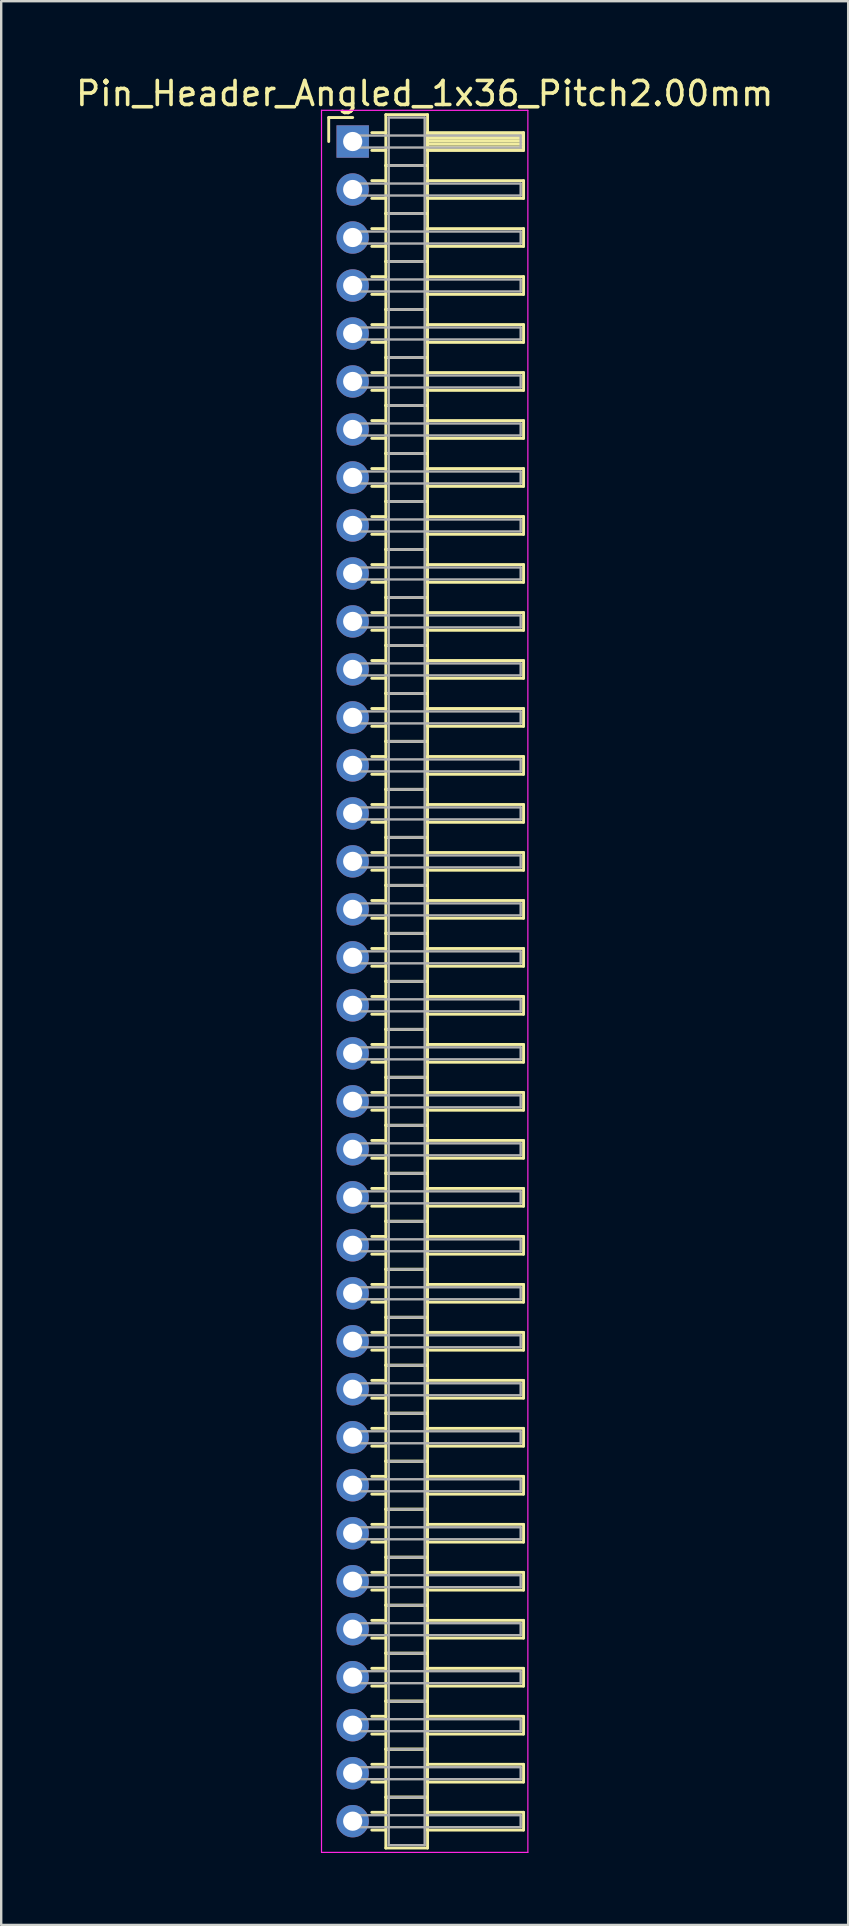
<source format=kicad_pcb>
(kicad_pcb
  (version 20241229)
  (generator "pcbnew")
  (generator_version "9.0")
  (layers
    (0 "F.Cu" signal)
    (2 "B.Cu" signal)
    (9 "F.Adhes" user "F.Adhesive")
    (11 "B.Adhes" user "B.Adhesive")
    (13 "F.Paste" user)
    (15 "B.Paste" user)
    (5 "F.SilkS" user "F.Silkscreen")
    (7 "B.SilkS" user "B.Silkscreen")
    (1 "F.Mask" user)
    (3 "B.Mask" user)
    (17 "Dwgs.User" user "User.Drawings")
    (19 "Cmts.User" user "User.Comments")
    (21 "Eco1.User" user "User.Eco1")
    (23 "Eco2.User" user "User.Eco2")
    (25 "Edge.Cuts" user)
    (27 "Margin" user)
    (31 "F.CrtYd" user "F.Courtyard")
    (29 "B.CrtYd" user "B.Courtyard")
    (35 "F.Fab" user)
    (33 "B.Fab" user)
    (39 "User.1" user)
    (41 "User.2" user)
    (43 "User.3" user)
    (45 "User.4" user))
  (footprint "Pin_Header_Angled_1x36_Pitch2.00mm"
    (layer "F.Cu")
    (at 11.649 2.848)
    (property "Reference" "Pin_Header_Angled_1x36_Pitch2.00mm" (at 3 -2 0) (layer "F.SilkS") (effects (font (size 1 1) (thickness 0.15))))
    (attr through_hole)
    (fp_line (start -1 -1) (end 0 -1) (stroke (width 0.12) (type solid)) (layer "F.SilkS"))
    (fp_line (start -1 0) (end -1 -1) (stroke (width 0.12) (type solid)) (layer "F.SilkS"))
    (fp_line (start 0.795 -0.37) (end 1.38 -0.37) (stroke (width 0.12) (type solid)) (layer "F.SilkS"))
    (fp_line (start 0.795 0.37) (end 1.38 0.37) (stroke (width 0.12) (type solid)) (layer "F.SilkS"))
    (fp_line (start 0.795 1.63) (end 1.38 1.63) (stroke (width 0.12) (type solid)) (layer "F.SilkS"))
    (fp_line (start 0.795 2.37) (end 1.38 2.37) (stroke (width 0.12) (type solid)) (layer "F.SilkS"))
    (fp_line (start 0.795 3.63) (end 1.38 3.63) (stroke (width 0.12) (type solid)) (layer "F.SilkS"))
    (fp_line (start 0.795 4.37) (end 1.38 4.37) (stroke (width 0.12) (type solid)) (layer "F.SilkS"))
    (fp_line (start 0.795 5.63) (end 1.38 5.63) (stroke (width 0.12) (type solid)) (layer "F.SilkS"))
    (fp_line (start 0.795 6.37) (end 1.38 6.37) (stroke (width 0.12) (type solid)) (layer "F.SilkS"))
    (fp_line (start 0.795 7.63) (end 1.38 7.63) (stroke (width 0.12) (type solid)) (layer "F.SilkS"))
    (fp_line (start 0.795 8.37) (end 1.38 8.37) (stroke (width 0.12) (type solid)) (layer "F.SilkS"))
    (fp_line (start 0.795 9.63) (end 1.38 9.63) (stroke (width 0.12) (type solid)) (layer "F.SilkS"))
    (fp_line (start 0.795 10.37) (end 1.38 10.37) (stroke (width 0.12) (type solid)) (layer "F.SilkS"))
    (fp_line (start 0.795 11.63) (end 1.38 11.63) (stroke (width 0.12) (type solid)) (layer "F.SilkS"))
    (fp_line (start 0.795 12.37) (end 1.38 12.37) (stroke (width 0.12) (type solid)) (layer "F.SilkS"))
    (fp_line (start 0.795 13.63) (end 1.38 13.63) (stroke (width 0.12) (type solid)) (layer "F.SilkS"))
    (fp_line (start 0.795 14.37) (end 1.38 14.37) (stroke (width 0.12) (type solid)) (layer "F.SilkS"))
    (fp_line (start 0.795 15.63) (end 1.38 15.63) (stroke (width 0.12) (type solid)) (layer "F.SilkS"))
    (fp_line (start 0.795 16.37) (end 1.38 16.37) (stroke (width 0.12) (type solid)) (layer "F.SilkS"))
    (fp_line (start 0.795 17.63) (end 1.38 17.63) (stroke (width 0.12) (type solid)) (layer "F.SilkS"))
    (fp_line (start 0.795 18.37) (end 1.38 18.37) (stroke (width 0.12) (type solid)) (layer "F.SilkS"))
    (fp_line (start 0.795 19.63) (end 1.38 19.63) (stroke (width 0.12) (type solid)) (layer "F.SilkS"))
    (fp_line (start 0.795 20.37) (end 1.38 20.37) (stroke (width 0.12) (type solid)) (layer "F.SilkS"))
    (fp_line (start 0.795 21.63) (end 1.38 21.63) (stroke (width 0.12) (type solid)) (layer "F.SilkS"))
    (fp_line (start 0.795 22.37) (end 1.38 22.37) (stroke (width 0.12) (type solid)) (layer "F.SilkS"))
    (fp_line (start 0.795 23.63) (end 1.38 23.63) (stroke (width 0.12) (type solid)) (layer "F.SilkS"))
    (fp_line (start 0.795 24.37) (end 1.38 24.37) (stroke (width 0.12) (type solid)) (layer "F.SilkS"))
    (fp_line (start 0.795 25.63) (end 1.38 25.63) (stroke (width 0.12) (type solid)) (layer "F.SilkS"))
    (fp_line (start 0.795 26.37) (end 1.38 26.37) (stroke (width 0.12) (type solid)) (layer "F.SilkS"))
    (fp_line (start 0.795 27.63) (end 1.38 27.63) (stroke (width 0.12) (type solid)) (layer "F.SilkS"))
    (fp_line (start 0.795 28.37) (end 1.38 28.37) (stroke (width 0.12) (type solid)) (layer "F.SilkS"))
    (fp_line (start 0.795 29.63) (end 1.38 29.63) (stroke (width 0.12) (type solid)) (layer "F.SilkS"))
    (fp_line (start 0.795 30.37) (end 1.38 30.37) (stroke (width 0.12) (type solid)) (layer "F.SilkS"))
    (fp_line (start 0.795 31.63) (end 1.38 31.63) (stroke (width 0.12) (type solid)) (layer "F.SilkS"))
    (fp_line (start 0.795 32.37) (end 1.38 32.37) (stroke (width 0.12) (type solid)) (layer "F.SilkS"))
    (fp_line (start 0.795 33.63) (end 1.38 33.63) (stroke (width 0.12) (type solid)) (layer "F.SilkS"))
    (fp_line (start 0.795 34.37) (end 1.38 34.37) (stroke (width 0.12) (type solid)) (layer "F.SilkS"))
    (fp_line (start 0.795 35.63) (end 1.38 35.63) (stroke (width 0.12) (type solid)) (layer "F.SilkS"))
    (fp_line (start 0.795 36.37) (end 1.38 36.37) (stroke (width 0.12) (type solid)) (layer "F.SilkS"))
    (fp_line (start 0.795 37.63) (end 1.38 37.63) (stroke (width 0.12) (type solid)) (layer "F.SilkS"))
    (fp_line (start 0.795 38.37) (end 1.38 38.37) (stroke (width 0.12) (type solid)) (layer "F.SilkS"))
    (fp_line (start 0.795 39.63) (end 1.38 39.63) (stroke (width 0.12) (type solid)) (layer "F.SilkS"))
    (fp_line (start 0.795 40.37) (end 1.38 40.37) (stroke (width 0.12) (type solid)) (layer "F.SilkS"))
    (fp_line (start 0.795 41.63) (end 1.38 41.63) (stroke (width 0.12) (type solid)) (layer "F.SilkS"))
    (fp_line (start 0.795 42.37) (end 1.38 42.37) (stroke (width 0.12) (type solid)) (layer "F.SilkS"))
    (fp_line (start 0.795 43.63) (end 1.38 43.63) (stroke (width 0.12) (type solid)) (layer "F.SilkS"))
    (fp_line (start 0.795 44.37) (end 1.38 44.37) (stroke (width 0.12) (type solid)) (layer "F.SilkS"))
    (fp_line (start 0.795 45.63) (end 1.38 45.63) (stroke (width 0.12) (type solid)) (layer "F.SilkS"))
    (fp_line (start 0.795 46.37) (end 1.38 46.37) (stroke (width 0.12) (type solid)) (layer "F.SilkS"))
    (fp_line (start 0.795 47.63) (end 1.38 47.63) (stroke (width 0.12) (type solid)) (layer "F.SilkS"))
    (fp_line (start 0.795 48.37) (end 1.38 48.37) (stroke (width 0.12) (type solid)) (layer "F.SilkS"))
    (fp_line (start 0.795 49.63) (end 1.38 49.63) (stroke (width 0.12) (type solid)) (layer "F.SilkS"))
    (fp_line (start 0.795 50.37) (end 1.38 50.37) (stroke (width 0.12) (type solid)) (layer "F.SilkS"))
    (fp_line (start 0.795 51.63) (end 1.38 51.63) (stroke (width 0.12) (type solid)) (layer "F.SilkS"))
    (fp_line (start 0.795 52.37) (end 1.38 52.37) (stroke (width 0.12) (type solid)) (layer "F.SilkS"))
    (fp_line (start 0.795 53.63) (end 1.38 53.63) (stroke (width 0.12) (type solid)) (layer "F.SilkS"))
    (fp_line (start 0.795 54.37) (end 1.38 54.37) (stroke (width 0.12) (type solid)) (layer "F.SilkS"))
    (fp_line (start 0.795 55.63) (end 1.38 55.63) (stroke (width 0.12) (type solid)) (layer "F.SilkS"))
    (fp_line (start 0.795 56.37) (end 1.38 56.37) (stroke (width 0.12) (type solid)) (layer "F.SilkS"))
    (fp_line (start 0.795 57.63) (end 1.38 57.63) (stroke (width 0.12) (type solid)) (layer "F.SilkS"))
    (fp_line (start 0.795 58.37) (end 1.38 58.37) (stroke (width 0.12) (type solid)) (layer "F.SilkS"))
    (fp_line (start 0.795 59.63) (end 1.38 59.63) (stroke (width 0.12) (type solid)) (layer "F.SilkS"))
    (fp_line (start 0.795 60.37) (end 1.38 60.37) (stroke (width 0.12) (type solid)) (layer "F.SilkS"))
    (fp_line (start 0.795 61.63) (end 1.38 61.63) (stroke (width 0.12) (type solid)) (layer "F.SilkS"))
    (fp_line (start 0.795 62.37) (end 1.38 62.37) (stroke (width 0.12) (type solid)) (layer "F.SilkS"))
    (fp_line (start 0.795 63.63) (end 1.38 63.63) (stroke (width 0.12) (type solid)) (layer "F.SilkS"))
    (fp_line (start 0.795 64.37) (end 1.38 64.37) (stroke (width 0.12) (type solid)) (layer "F.SilkS"))
    (fp_line (start 0.795 65.63) (end 1.38 65.63) (stroke (width 0.12) (type solid)) (layer "F.SilkS"))
    (fp_line (start 0.795 66.37) (end 1.38 66.37) (stroke (width 0.12) (type solid)) (layer "F.SilkS"))
    (fp_line (start 0.795 67.63) (end 1.38 67.63) (stroke (width 0.12) (type solid)) (layer "F.SilkS"))
    (fp_line (start 0.795 68.37) (end 1.38 68.37) (stroke (width 0.12) (type solid)) (layer "F.SilkS"))
    (fp_line (start 0.795 69.63) (end 1.38 69.63) (stroke (width 0.12) (type solid)) (layer "F.SilkS"))
    (fp_line (start 0.795 70.37) (end 1.38 70.37) (stroke (width 0.12) (type solid)) (layer "F.SilkS"))
    (fp_line (start 1.38 -1.12) (end 1.38 1) (stroke (width 0.12) (type solid)) (layer "F.SilkS"))
    (fp_line (start 1.38 1) (end 1.38 3) (stroke (width 0.12) (type solid)) (layer "F.SilkS"))
    (fp_line (start 1.38 1) (end 3.12 1) (stroke (width 0.12) (type solid)) (layer "F.SilkS"))
    (fp_line (start 1.38 3) (end 1.38 5) (stroke (width 0.12) (type solid)) (layer "F.SilkS"))
    (fp_line (start 1.38 3) (end 3.12 3) (stroke (width 0.12) (type solid)) (layer "F.SilkS"))
    (fp_line (start 1.38 5) (end 1.38 7) (stroke (width 0.12) (type solid)) (layer "F.SilkS"))
    (fp_line (start 1.38 5) (end 3.12 5) (stroke (width 0.12) (type solid)) (layer "F.SilkS"))
    (fp_line (start 1.38 7) (end 1.38 9) (stroke (width 0.12) (type solid)) (layer "F.SilkS"))
    (fp_line (start 1.38 7) (end 3.12 7) (stroke (width 0.12) (type solid)) (layer "F.SilkS"))
    (fp_line (start 1.38 9) (end 1.38 11) (stroke (width 0.12) (type solid)) (layer "F.SilkS"))
    (fp_line (start 1.38 9) (end 3.12 9) (stroke (width 0.12) (type solid)) (layer "F.SilkS"))
    (fp_line (start 1.38 11) (end 1.38 13) (stroke (width 0.12) (type solid)) (layer "F.SilkS"))
    (fp_line (start 1.38 11) (end 3.12 11) (stroke (width 0.12) (type solid)) (layer "F.SilkS"))
    (fp_line (start 1.38 13) (end 1.38 15) (stroke (width 0.12) (type solid)) (layer "F.SilkS"))
    (fp_line (start 1.38 13) (end 3.12 13) (stroke (width 0.12) (type solid)) (layer "F.SilkS"))
    (fp_line (start 1.38 15) (end 1.38 17) (stroke (width 0.12) (type solid)) (layer "F.SilkS"))
    (fp_line (start 1.38 15) (end 3.12 15) (stroke (width 0.12) (type solid)) (layer "F.SilkS"))
    (fp_line (start 1.38 17) (end 1.38 19) (stroke (width 0.12) (type solid)) (layer "F.SilkS"))
    (fp_line (start 1.38 17) (end 3.12 17) (stroke (width 0.12) (type solid)) (layer "F.SilkS"))
    (fp_line (start 1.38 19) (end 1.38 21) (stroke (width 0.12) (type solid)) (layer "F.SilkS"))
    (fp_line (start 1.38 19) (end 3.12 19) (stroke (width 0.12) (type solid)) (layer "F.SilkS"))
    (fp_line (start 1.38 21) (end 1.38 23) (stroke (width 0.12) (type solid)) (layer "F.SilkS"))
    (fp_line (start 1.38 21) (end 3.12 21) (stroke (width 0.12) (type solid)) (layer "F.SilkS"))
    (fp_line (start 1.38 23) (end 1.38 25) (stroke (width 0.12) (type solid)) (layer "F.SilkS"))
    (fp_line (start 1.38 23) (end 3.12 23) (stroke (width 0.12) (type solid)) (layer "F.SilkS"))
    (fp_line (start 1.38 25) (end 1.38 27) (stroke (width 0.12) (type solid)) (layer "F.SilkS"))
    (fp_line (start 1.38 25) (end 3.12 25) (stroke (width 0.12) (type solid)) (layer "F.SilkS"))
    (fp_line (start 1.38 27) (end 1.38 29) (stroke (width 0.12) (type solid)) (layer "F.SilkS"))
    (fp_line (start 1.38 27) (end 3.12 27) (stroke (width 0.12) (type solid)) (layer "F.SilkS"))
    (fp_line (start 1.38 29) (end 1.38 31) (stroke (width 0.12) (type solid)) (layer "F.SilkS"))
    (fp_line (start 1.38 29) (end 3.12 29) (stroke (width 0.12) (type solid)) (layer "F.SilkS"))
    (fp_line (start 1.38 31) (end 1.38 33) (stroke (width 0.12) (type solid)) (layer "F.SilkS"))
    (fp_line (start 1.38 31) (end 3.12 31) (stroke (width 0.12) (type solid)) (layer "F.SilkS"))
    (fp_line (start 1.38 33) (end 1.38 35) (stroke (width 0.12) (type solid)) (layer "F.SilkS"))
    (fp_line (start 1.38 33) (end 3.12 33) (stroke (width 0.12) (type solid)) (layer "F.SilkS"))
    (fp_line (start 1.38 35) (end 1.38 37) (stroke (width 0.12) (type solid)) (layer "F.SilkS"))
    (fp_line (start 1.38 35) (end 3.12 35) (stroke (width 0.12) (type solid)) (layer "F.SilkS"))
    (fp_line (start 1.38 37) (end 1.38 39) (stroke (width 0.12) (type solid)) (layer "F.SilkS"))
    (fp_line (start 1.38 37) (end 3.12 37) (stroke (width 0.12) (type solid)) (layer "F.SilkS"))
    (fp_line (start 1.38 39) (end 1.38 41) (stroke (width 0.12) (type solid)) (layer "F.SilkS"))
    (fp_line (start 1.38 39) (end 3.12 39) (stroke (width 0.12) (type solid)) (layer "F.SilkS"))
    (fp_line (start 1.38 41) (end 1.38 43) (stroke (width 0.12) (type solid)) (layer "F.SilkS"))
    (fp_line (start 1.38 41) (end 3.12 41) (stroke (width 0.12) (type solid)) (layer "F.SilkS"))
    (fp_line (start 1.38 43) (end 1.38 45) (stroke (width 0.12) (type solid)) (layer "F.SilkS"))
    (fp_line (start 1.38 43) (end 3.12 43) (stroke (width 0.12) (type solid)) (layer "F.SilkS"))
    (fp_line (start 1.38 45) (end 1.38 47) (stroke (width 0.12) (type solid)) (layer "F.SilkS"))
    (fp_line (start 1.38 45) (end 3.12 45) (stroke (width 0.12) (type solid)) (layer "F.SilkS"))
    (fp_line (start 1.38 47) (end 1.38 49) (stroke (width 0.12) (type solid)) (layer "F.SilkS"))
    (fp_line (start 1.38 47) (end 3.12 47) (stroke (width 0.12) (type solid)) (layer "F.SilkS"))
    (fp_line (start 1.38 49) (end 1.38 51) (stroke (width 0.12) (type solid)) (layer "F.SilkS"))
    (fp_line (start 1.38 49) (end 3.12 49) (stroke (width 0.12) (type solid)) (layer "F.SilkS"))
    (fp_line (start 1.38 51) (end 1.38 53) (stroke (width 0.12) (type solid)) (layer "F.SilkS"))
    (fp_line (start 1.38 51) (end 3.12 51) (stroke (width 0.12) (type solid)) (layer "F.SilkS"))
    (fp_line (start 1.38 53) (end 1.38 55) (stroke (width 0.12) (type solid)) (layer "F.SilkS"))
    (fp_line (start 1.38 53) (end 3.12 53) (stroke (width 0.12) (type solid)) (layer "F.SilkS"))
    (fp_line (start 1.38 55) (end 1.38 57) (stroke (width 0.12) (type solid)) (layer "F.SilkS"))
    (fp_line (start 1.38 55) (end 3.12 55) (stroke (width 0.12) (type solid)) (layer "F.SilkS"))
    (fp_line (start 1.38 57) (end 1.38 59) (stroke (width 0.12) (type solid)) (layer "F.SilkS"))
    (fp_line (start 1.38 57) (end 3.12 57) (stroke (width 0.12) (type solid)) (layer "F.SilkS"))
    (fp_line (start 1.38 59) (end 1.38 61) (stroke (width 0.12) (type solid)) (layer "F.SilkS"))
    (fp_line (start 1.38 59) (end 3.12 59) (stroke (width 0.12) (type solid)) (layer "F.SilkS"))
    (fp_line (start 1.38 61) (end 1.38 63) (stroke (width 0.12) (type solid)) (layer "F.SilkS"))
    (fp_line (start 1.38 61) (end 3.12 61) (stroke (width 0.12) (type solid)) (layer "F.SilkS"))
    (fp_line (start 1.38 63) (end 1.38 65) (stroke (width 0.12) (type solid)) (layer "F.SilkS"))
    (fp_line (start 1.38 63) (end 3.12 63) (stroke (width 0.12) (type solid)) (layer "F.SilkS"))
    (fp_line (start 1.38 65) (end 1.38 67) (stroke (width 0.12) (type solid)) (layer "F.SilkS"))
    (fp_line (start 1.38 65) (end 3.12 65) (stroke (width 0.12) (type solid)) (layer "F.SilkS"))
    (fp_line (start 1.38 67) (end 1.38 69) (stroke (width 0.12) (type solid)) (layer "F.SilkS"))
    (fp_line (start 1.38 67) (end 3.12 67) (stroke (width 0.12) (type solid)) (layer "F.SilkS"))
    (fp_line (start 1.38 69) (end 1.38 71.12) (stroke (width 0.12) (type solid)) (layer "F.SilkS"))
    (fp_line (start 1.38 69) (end 3.12 69) (stroke (width 0.12) (type solid)) (layer "F.SilkS"))
    (fp_line (start 1.38 71.12) (end 3.12 71.12) (stroke (width 0.12) (type solid)) (layer "F.SilkS"))
    (fp_line (start 3.12 -1.12) (end 1.38 -1.12) (stroke (width 0.12) (type solid)) (layer "F.SilkS"))
    (fp_line (start 3.12 -0.37) (end 3.12 0.37) (stroke (width 0.12) (type solid)) (layer "F.SilkS"))
    (fp_line (start 3.12 -0.25) (end 7.12 -0.25) (stroke (width 0.12) (type solid)) (layer "F.SilkS"))
    (fp_line (start 3.12 -0.13) (end 7.12 -0.13) (stroke (width 0.12) (type solid)) (layer "F.SilkS"))
    (fp_line (start 3.12 -0.01) (end 7.12 -0.01) (stroke (width 0.12) (type solid)) (layer "F.SilkS"))
    (fp_line (start 3.12 0.11) (end 7.12 0.11) (stroke (width 0.12) (type solid)) (layer "F.SilkS"))
    (fp_line (start 3.12 0.23) (end 7.12 0.23) (stroke (width 0.12) (type solid)) (layer "F.SilkS"))
    (fp_line (start 3.12 0.35) (end 7.12 0.35) (stroke (width 0.12) (type solid)) (layer "F.SilkS"))
    (fp_line (start 3.12 0.37) (end 7.12 0.37) (stroke (width 0.12) (type solid)) (layer "F.SilkS"))
    (fp_line (start 3.12 1) (end 1.38 1) (stroke (width 0.12) (type solid)) (layer "F.SilkS"))
    (fp_line (start 3.12 1) (end 3.12 -1.12) (stroke (width 0.12) (type solid)) (layer "F.SilkS"))
    (fp_line (start 3.12 1.63) (end 3.12 2.37) (stroke (width 0.12) (type solid)) (layer "F.SilkS"))
    (fp_line (start 3.12 2.37) (end 7.12 2.37) (stroke (width 0.12) (type solid)) (layer "F.SilkS"))
    (fp_line (start 3.12 3) (end 1.38 3) (stroke (width 0.12) (type solid)) (layer "F.SilkS"))
    (fp_line (start 3.12 3) (end 3.12 1) (stroke (width 0.12) (type solid)) (layer "F.SilkS"))
    (fp_line (start 3.12 3.63) (end 3.12 4.37) (stroke (width 0.12) (type solid)) (layer "F.SilkS"))
    (fp_line (start 3.12 4.37) (end 7.12 4.37) (stroke (width 0.12) (type solid)) (layer "F.SilkS"))
    (fp_line (start 3.12 5) (end 1.38 5) (stroke (width 0.12) (type solid)) (layer "F.SilkS"))
    (fp_line (start 3.12 5) (end 3.12 3) (stroke (width 0.12) (type solid)) (layer "F.SilkS"))
    (fp_line (start 3.12 5.63) (end 3.12 6.37) (stroke (width 0.12) (type solid)) (layer "F.SilkS"))
    (fp_line (start 3.12 6.37) (end 7.12 6.37) (stroke (width 0.12) (type solid)) (layer "F.SilkS"))
    (fp_line (start 3.12 7) (end 1.38 7) (stroke (width 0.12) (type solid)) (layer "F.SilkS"))
    (fp_line (start 3.12 7) (end 3.12 5) (stroke (width 0.12) (type solid)) (layer "F.SilkS"))
    (fp_line (start 3.12 7.63) (end 3.12 8.37) (stroke (width 0.12) (type solid)) (layer "F.SilkS"))
    (fp_line (start 3.12 8.37) (end 7.12 8.37) (stroke (width 0.12) (type solid)) (layer "F.SilkS"))
    (fp_line (start 3.12 9) (end 1.38 9) (stroke (width 0.12) (type solid)) (layer "F.SilkS"))
    (fp_line (start 3.12 9) (end 3.12 7) (stroke (width 0.12) (type solid)) (layer "F.SilkS"))
    (fp_line (start 3.12 9.63) (end 3.12 10.37) (stroke (width 0.12) (type solid)) (layer "F.SilkS"))
    (fp_line (start 3.12 10.37) (end 7.12 10.37) (stroke (width 0.12) (type solid)) (layer "F.SilkS"))
    (fp_line (start 3.12 11) (end 1.38 11) (stroke (width 0.12) (type solid)) (layer "F.SilkS"))
    (fp_line (start 3.12 11) (end 3.12 9) (stroke (width 0.12) (type solid)) (layer "F.SilkS"))
    (fp_line (start 3.12 11.63) (end 3.12 12.37) (stroke (width 0.12) (type solid)) (layer "F.SilkS"))
    (fp_line (start 3.12 12.37) (end 7.12 12.37) (stroke (width 0.12) (type solid)) (layer "F.SilkS"))
    (fp_line (start 3.12 13) (end 1.38 13) (stroke (width 0.12) (type solid)) (layer "F.SilkS"))
    (fp_line (start 3.12 13) (end 3.12 11) (stroke (width 0.12) (type solid)) (layer "F.SilkS"))
    (fp_line (start 3.12 13.63) (end 3.12 14.37) (stroke (width 0.12) (type solid)) (layer "F.SilkS"))
    (fp_line (start 3.12 14.37) (end 7.12 14.37) (stroke (width 0.12) (type solid)) (layer "F.SilkS"))
    (fp_line (start 3.12 15) (end 1.38 15) (stroke (width 0.12) (type solid)) (layer "F.SilkS"))
    (fp_line (start 3.12 15) (end 3.12 13) (stroke (width 0.12) (type solid)) (layer "F.SilkS"))
    (fp_line (start 3.12 15.63) (end 3.12 16.37) (stroke (width 0.12) (type solid)) (layer "F.SilkS"))
    (fp_line (start 3.12 16.37) (end 7.12 16.37) (stroke (width 0.12) (type solid)) (layer "F.SilkS"))
    (fp_line (start 3.12 17) (end 1.38 17) (stroke (width 0.12) (type solid)) (layer "F.SilkS"))
    (fp_line (start 3.12 17) (end 3.12 15) (stroke (width 0.12) (type solid)) (layer "F.SilkS"))
    (fp_line (start 3.12 17.63) (end 3.12 18.37) (stroke (width 0.12) (type solid)) (layer "F.SilkS"))
    (fp_line (start 3.12 18.37) (end 7.12 18.37) (stroke (width 0.12) (type solid)) (layer "F.SilkS"))
    (fp_line (start 3.12 19) (end 1.38 19) (stroke (width 0.12) (type solid)) (layer "F.SilkS"))
    (fp_line (start 3.12 19) (end 3.12 17) (stroke (width 0.12) (type solid)) (layer "F.SilkS"))
    (fp_line (start 3.12 19.63) (end 3.12 20.37) (stroke (width 0.12) (type solid)) (layer "F.SilkS"))
    (fp_line (start 3.12 20.37) (end 7.12 20.37) (stroke (width 0.12) (type solid)) (layer "F.SilkS"))
    (fp_line (start 3.12 21) (end 1.38 21) (stroke (width 0.12) (type solid)) (layer "F.SilkS"))
    (fp_line (start 3.12 21) (end 3.12 19) (stroke (width 0.12) (type solid)) (layer "F.SilkS"))
    (fp_line (start 3.12 21.63) (end 3.12 22.37) (stroke (width 0.12) (type solid)) (layer "F.SilkS"))
    (fp_line (start 3.12 22.37) (end 7.12 22.37) (stroke (width 0.12) (type solid)) (layer "F.SilkS"))
    (fp_line (start 3.12 23) (end 1.38 23) (stroke (width 0.12) (type solid)) (layer "F.SilkS"))
    (fp_line (start 3.12 23) (end 3.12 21) (stroke (width 0.12) (type solid)) (layer "F.SilkS"))
    (fp_line (start 3.12 23.63) (end 3.12 24.37) (stroke (width 0.12) (type solid)) (layer "F.SilkS"))
    (fp_line (start 3.12 24.37) (end 7.12 24.37) (stroke (width 0.12) (type solid)) (layer "F.SilkS"))
    (fp_line (start 3.12 25) (end 1.38 25) (stroke (width 0.12) (type solid)) (layer "F.SilkS"))
    (fp_line (start 3.12 25) (end 3.12 23) (stroke (width 0.12) (type solid)) (layer "F.SilkS"))
    (fp_line (start 3.12 25.63) (end 3.12 26.37) (stroke (width 0.12) (type solid)) (layer "F.SilkS"))
    (fp_line (start 3.12 26.37) (end 7.12 26.37) (stroke (width 0.12) (type solid)) (layer "F.SilkS"))
    (fp_line (start 3.12 27) (end 1.38 27) (stroke (width 0.12) (type solid)) (layer "F.SilkS"))
    (fp_line (start 3.12 27) (end 3.12 25) (stroke (width 0.12) (type solid)) (layer "F.SilkS"))
    (fp_line (start 3.12 27.63) (end 3.12 28.37) (stroke (width 0.12) (type solid)) (layer "F.SilkS"))
    (fp_line (start 3.12 28.37) (end 7.12 28.37) (stroke (width 0.12) (type solid)) (layer "F.SilkS"))
    (fp_line (start 3.12 29) (end 1.38 29) (stroke (width 0.12) (type solid)) (layer "F.SilkS"))
    (fp_line (start 3.12 29) (end 3.12 27) (stroke (width 0.12) (type solid)) (layer "F.SilkS"))
    (fp_line (start 3.12 29.63) (end 3.12 30.37) (stroke (width 0.12) (type solid)) (layer "F.SilkS"))
    (fp_line (start 3.12 30.37) (end 7.12 30.37) (stroke (width 0.12) (type solid)) (layer "F.SilkS"))
    (fp_line (start 3.12 31) (end 1.38 31) (stroke (width 0.12) (type solid)) (layer "F.SilkS"))
    (fp_line (start 3.12 31) (end 3.12 29) (stroke (width 0.12) (type solid)) (layer "F.SilkS"))
    (fp_line (start 3.12 31.63) (end 3.12 32.37) (stroke (width 0.12) (type solid)) (layer "F.SilkS"))
    (fp_line (start 3.12 32.37) (end 7.12 32.37) (stroke (width 0.12) (type solid)) (layer "F.SilkS"))
    (fp_line (start 3.12 33) (end 1.38 33) (stroke (width 0.12) (type solid)) (layer "F.SilkS"))
    (fp_line (start 3.12 33) (end 3.12 31) (stroke (width 0.12) (type solid)) (layer "F.SilkS"))
    (fp_line (start 3.12 33.63) (end 3.12 34.37) (stroke (width 0.12) (type solid)) (layer "F.SilkS"))
    (fp_line (start 3.12 34.37) (end 7.12 34.37) (stroke (width 0.12) (type solid)) (layer "F.SilkS"))
    (fp_line (start 3.12 35) (end 1.38 35) (stroke (width 0.12) (type solid)) (layer "F.SilkS"))
    (fp_line (start 3.12 35) (end 3.12 33) (stroke (width 0.12) (type solid)) (layer "F.SilkS"))
    (fp_line (start 3.12 35.63) (end 3.12 36.37) (stroke (width 0.12) (type solid)) (layer "F.SilkS"))
    (fp_line (start 3.12 36.37) (end 7.12 36.37) (stroke (width 0.12) (type solid)) (layer "F.SilkS"))
    (fp_line (start 3.12 37) (end 1.38 37) (stroke (width 0.12) (type solid)) (layer "F.SilkS"))
    (fp_line (start 3.12 37) (end 3.12 35) (stroke (width 0.12) (type solid)) (layer "F.SilkS"))
    (fp_line (start 3.12 37.63) (end 3.12 38.37) (stroke (width 0.12) (type solid)) (layer "F.SilkS"))
    (fp_line (start 3.12 38.37) (end 7.12 38.37) (stroke (width 0.12) (type solid)) (layer "F.SilkS"))
    (fp_line (start 3.12 39) (end 1.38 39) (stroke (width 0.12) (type solid)) (layer "F.SilkS"))
    (fp_line (start 3.12 39) (end 3.12 37) (stroke (width 0.12) (type solid)) (layer "F.SilkS"))
    (fp_line (start 3.12 39.63) (end 3.12 40.37) (stroke (width 0.12) (type solid)) (layer "F.SilkS"))
    (fp_line (start 3.12 40.37) (end 7.12 40.37) (stroke (width 0.12) (type solid)) (layer "F.SilkS"))
    (fp_line (start 3.12 41) (end 1.38 41) (stroke (width 0.12) (type solid)) (layer "F.SilkS"))
    (fp_line (start 3.12 41) (end 3.12 39) (stroke (width 0.12) (type solid)) (layer "F.SilkS"))
    (fp_line (start 3.12 41.63) (end 3.12 42.37) (stroke (width 0.12) (type solid)) (layer "F.SilkS"))
    (fp_line (start 3.12 42.37) (end 7.12 42.37) (stroke (width 0.12) (type solid)) (layer "F.SilkS"))
    (fp_line (start 3.12 43) (end 1.38 43) (stroke (width 0.12) (type solid)) (layer "F.SilkS"))
    (fp_line (start 3.12 43) (end 3.12 41) (stroke (width 0.12) (type solid)) (layer "F.SilkS"))
    (fp_line (start 3.12 43.63) (end 3.12 44.37) (stroke (width 0.12) (type solid)) (layer "F.SilkS"))
    (fp_line (start 3.12 44.37) (end 7.12 44.37) (stroke (width 0.12) (type solid)) (layer "F.SilkS"))
    (fp_line (start 3.12 45) (end 1.38 45) (stroke (width 0.12) (type solid)) (layer "F.SilkS"))
    (fp_line (start 3.12 45) (end 3.12 43) (stroke (width 0.12) (type solid)) (layer "F.SilkS"))
    (fp_line (start 3.12 45.63) (end 3.12 46.37) (stroke (width 0.12) (type solid)) (layer "F.SilkS"))
    (fp_line (start 3.12 46.37) (end 7.12 46.37) (stroke (width 0.12) (type solid)) (layer "F.SilkS"))
    (fp_line (start 3.12 47) (end 1.38 47) (stroke (width 0.12) (type solid)) (layer "F.SilkS"))
    (fp_line (start 3.12 47) (end 3.12 45) (stroke (width 0.12) (type solid)) (layer "F.SilkS"))
    (fp_line (start 3.12 47.63) (end 3.12 48.37) (stroke (width 0.12) (type solid)) (layer "F.SilkS"))
    (fp_line (start 3.12 48.37) (end 7.12 48.37) (stroke (width 0.12) (type solid)) (layer "F.SilkS"))
    (fp_line (start 3.12 49) (end 1.38 49) (stroke (width 0.12) (type solid)) (layer "F.SilkS"))
    (fp_line (start 3.12 49) (end 3.12 47) (stroke (width 0.12) (type solid)) (layer "F.SilkS"))
    (fp_line (start 3.12 49.63) (end 3.12 50.37) (stroke (width 0.12) (type solid)) (layer "F.SilkS"))
    (fp_line (start 3.12 50.37) (end 7.12 50.37) (stroke (width 0.12) (type solid)) (layer "F.SilkS"))
    (fp_line (start 3.12 51) (end 1.38 51) (stroke (width 0.12) (type solid)) (layer "F.SilkS"))
    (fp_line (start 3.12 51) (end 3.12 49) (stroke (width 0.12) (type solid)) (layer "F.SilkS"))
    (fp_line (start 3.12 51.63) (end 3.12 52.37) (stroke (width 0.12) (type solid)) (layer "F.SilkS"))
    (fp_line (start 3.12 52.37) (end 7.12 52.37) (stroke (width 0.12) (type solid)) (layer "F.SilkS"))
    (fp_line (start 3.12 53) (end 1.38 53) (stroke (width 0.12) (type solid)) (layer "F.SilkS"))
    (fp_line (start 3.12 53) (end 3.12 51) (stroke (width 0.12) (type solid)) (layer "F.SilkS"))
    (fp_line (start 3.12 53.63) (end 3.12 54.37) (stroke (width 0.12) (type solid)) (layer "F.SilkS"))
    (fp_line (start 3.12 54.37) (end 7.12 54.37) (stroke (width 0.12) (type solid)) (layer "F.SilkS"))
    (fp_line (start 3.12 55) (end 1.38 55) (stroke (width 0.12) (type solid)) (layer "F.SilkS"))
    (fp_line (start 3.12 55) (end 3.12 53) (stroke (width 0.12) (type solid)) (layer "F.SilkS"))
    (fp_line (start 3.12 55.63) (end 3.12 56.37) (stroke (width 0.12) (type solid)) (layer "F.SilkS"))
    (fp_line (start 3.12 56.37) (end 7.12 56.37) (stroke (width 0.12) (type solid)) (layer "F.SilkS"))
    (fp_line (start 3.12 57) (end 1.38 57) (stroke (width 0.12) (type solid)) (layer "F.SilkS"))
    (fp_line (start 3.12 57) (end 3.12 55) (stroke (width 0.12) (type solid)) (layer "F.SilkS"))
    (fp_line (start 3.12 57.63) (end 3.12 58.37) (stroke (width 0.12) (type solid)) (layer "F.SilkS"))
    (fp_line (start 3.12 58.37) (end 7.12 58.37) (stroke (width 0.12) (type solid)) (layer "F.SilkS"))
    (fp_line (start 3.12 59) (end 1.38 59) (stroke (width 0.12) (type solid)) (layer "F.SilkS"))
    (fp_line (start 3.12 59) (end 3.12 57) (stroke (width 0.12) (type solid)) (layer "F.SilkS"))
    (fp_line (start 3.12 59.63) (end 3.12 60.37) (stroke (width 0.12) (type solid)) (layer "F.SilkS"))
    (fp_line (start 3.12 60.37) (end 7.12 60.37) (stroke (width 0.12) (type solid)) (layer "F.SilkS"))
    (fp_line (start 3.12 61) (end 1.38 61) (stroke (width 0.12) (type solid)) (layer "F.SilkS"))
    (fp_line (start 3.12 61) (end 3.12 59) (stroke (width 0.12) (type solid)) (layer "F.SilkS"))
    (fp_line (start 3.12 61.63) (end 3.12 62.37) (stroke (width 0.12) (type solid)) (layer "F.SilkS"))
    (fp_line (start 3.12 62.37) (end 7.12 62.37) (stroke (width 0.12) (type solid)) (layer "F.SilkS"))
    (fp_line (start 3.12 63) (end 1.38 63) (stroke (width 0.12) (type solid)) (layer "F.SilkS"))
    (fp_line (start 3.12 63) (end 3.12 61) (stroke (width 0.12) (type solid)) (layer "F.SilkS"))
    (fp_line (start 3.12 63.63) (end 3.12 64.37) (stroke (width 0.12) (type solid)) (layer "F.SilkS"))
    (fp_line (start 3.12 64.37) (end 7.12 64.37) (stroke (width 0.12) (type solid)) (layer "F.SilkS"))
    (fp_line (start 3.12 65) (end 1.38 65) (stroke (width 0.12) (type solid)) (layer "F.SilkS"))
    (fp_line (start 3.12 65) (end 3.12 63) (stroke (width 0.12) (type solid)) (layer "F.SilkS"))
    (fp_line (start 3.12 65.63) (end 3.12 66.37) (stroke (width 0.12) (type solid)) (layer "F.SilkS"))
    (fp_line (start 3.12 66.37) (end 7.12 66.37) (stroke (width 0.12) (type solid)) (layer "F.SilkS"))
    (fp_line (start 3.12 67) (end 1.38 67) (stroke (width 0.12) (type solid)) (layer "F.SilkS"))
    (fp_line (start 3.12 67) (end 3.12 65) (stroke (width 0.12) (type solid)) (layer "F.SilkS"))
    (fp_line (start 3.12 67.63) (end 3.12 68.37) (stroke (width 0.12) (type solid)) (layer "F.SilkS"))
    (fp_line (start 3.12 68.37) (end 7.12 68.37) (stroke (width 0.12) (type solid)) (layer "F.SilkS"))
    (fp_line (start 3.12 69) (end 1.38 69) (stroke (width 0.12) (type solid)) (layer "F.SilkS"))
    (fp_line (start 3.12 69) (end 3.12 67) (stroke (width 0.12) (type solid)) (layer "F.SilkS"))
    (fp_line (start 3.12 69.63) (end 3.12 70.37) (stroke (width 0.12) (type solid)) (layer "F.SilkS"))
    (fp_line (start 3.12 70.37) (end 7.12 70.37) (stroke (width 0.12) (type solid)) (layer "F.SilkS"))
    (fp_line (start 3.12 71.12) (end 3.12 69) (stroke (width 0.12) (type solid)) (layer "F.SilkS"))
    (fp_line (start 7.12 -0.37) (end 3.12 -0.37) (stroke (width 0.12) (type solid)) (layer "F.SilkS"))
    (fp_line (start 7.12 0.37) (end 7.12 -0.37) (stroke (width 0.12) (type solid)) (layer "F.SilkS"))
    (fp_line (start 7.12 1.63) (end 3.12 1.63) (stroke (width 0.12) (type solid)) (layer "F.SilkS"))
    (fp_line (start 7.12 2.37) (end 7.12 1.63) (stroke (width 0.12) (type solid)) (layer "F.SilkS"))
    (fp_line (start 7.12 3.63) (end 3.12 3.63) (stroke (width 0.12) (type solid)) (layer "F.SilkS"))
    (fp_line (start 7.12 4.37) (end 7.12 3.63) (stroke (width 0.12) (type solid)) (layer "F.SilkS"))
    (fp_line (start 7.12 5.63) (end 3.12 5.63) (stroke (width 0.12) (type solid)) (layer "F.SilkS"))
    (fp_line (start 7.12 6.37) (end 7.12 5.63) (stroke (width 0.12) (type solid)) (layer "F.SilkS"))
    (fp_line (start 7.12 7.63) (end 3.12 7.63) (stroke (width 0.12) (type solid)) (layer "F.SilkS"))
    (fp_line (start 7.12 8.37) (end 7.12 7.63) (stroke (width 0.12) (type solid)) (layer "F.SilkS"))
    (fp_line (start 7.12 9.63) (end 3.12 9.63) (stroke (width 0.12) (type solid)) (layer "F.SilkS"))
    (fp_line (start 7.12 10.37) (end 7.12 9.63) (stroke (width 0.12) (type solid)) (layer "F.SilkS"))
    (fp_line (start 7.12 11.63) (end 3.12 11.63) (stroke (width 0.12) (type solid)) (layer "F.SilkS"))
    (fp_line (start 7.12 12.37) (end 7.12 11.63) (stroke (width 0.12) (type solid)) (layer "F.SilkS"))
    (fp_line (start 7.12 13.63) (end 3.12 13.63) (stroke (width 0.12) (type solid)) (layer "F.SilkS"))
    (fp_line (start 7.12 14.37) (end 7.12 13.63) (stroke (width 0.12) (type solid)) (layer "F.SilkS"))
    (fp_line (start 7.12 15.63) (end 3.12 15.63) (stroke (width 0.12) (type solid)) (layer "F.SilkS"))
    (fp_line (start 7.12 16.37) (end 7.12 15.63) (stroke (width 0.12) (type solid)) (layer "F.SilkS"))
    (fp_line (start 7.12 17.63) (end 3.12 17.63) (stroke (width 0.12) (type solid)) (layer "F.SilkS"))
    (fp_line (start 7.12 18.37) (end 7.12 17.63) (stroke (width 0.12) (type solid)) (layer "F.SilkS"))
    (fp_line (start 7.12 19.63) (end 3.12 19.63) (stroke (width 0.12) (type solid)) (layer "F.SilkS"))
    (fp_line (start 7.12 20.37) (end 7.12 19.63) (stroke (width 0.12) (type solid)) (layer "F.SilkS"))
    (fp_line (start 7.12 21.63) (end 3.12 21.63) (stroke (width 0.12) (type solid)) (layer "F.SilkS"))
    (fp_line (start 7.12 22.37) (end 7.12 21.63) (stroke (width 0.12) (type solid)) (layer "F.SilkS"))
    (fp_line (start 7.12 23.63) (end 3.12 23.63) (stroke (width 0.12) (type solid)) (layer "F.SilkS"))
    (fp_line (start 7.12 24.37) (end 7.12 23.63) (stroke (width 0.12) (type solid)) (layer "F.SilkS"))
    (fp_line (start 7.12 25.63) (end 3.12 25.63) (stroke (width 0.12) (type solid)) (layer "F.SilkS"))
    (fp_line (start 7.12 26.37) (end 7.12 25.63) (stroke (width 0.12) (type solid)) (layer "F.SilkS"))
    (fp_line (start 7.12 27.63) (end 3.12 27.63) (stroke (width 0.12) (type solid)) (layer "F.SilkS"))
    (fp_line (start 7.12 28.37) (end 7.12 27.63) (stroke (width 0.12) (type solid)) (layer "F.SilkS"))
    (fp_line (start 7.12 29.63) (end 3.12 29.63) (stroke (width 0.12) (type solid)) (layer "F.SilkS"))
    (fp_line (start 7.12 30.37) (end 7.12 29.63) (stroke (width 0.12) (type solid)) (layer "F.SilkS"))
    (fp_line (start 7.12 31.63) (end 3.12 31.63) (stroke (width 0.12) (type solid)) (layer "F.SilkS"))
    (fp_line (start 7.12 32.37) (end 7.12 31.63) (stroke (width 0.12) (type solid)) (layer "F.SilkS"))
    (fp_line (start 7.12 33.63) (end 3.12 33.63) (stroke (width 0.12) (type solid)) (layer "F.SilkS"))
    (fp_line (start 7.12 34.37) (end 7.12 33.63) (stroke (width 0.12) (type solid)) (layer "F.SilkS"))
    (fp_line (start 7.12 35.63) (end 3.12 35.63) (stroke (width 0.12) (type solid)) (layer "F.SilkS"))
    (fp_line (start 7.12 36.37) (end 7.12 35.63) (stroke (width 0.12) (type solid)) (layer "F.SilkS"))
    (fp_line (start 7.12 37.63) (end 3.12 37.63) (stroke (width 0.12) (type solid)) (layer "F.SilkS"))
    (fp_line (start 7.12 38.37) (end 7.12 37.63) (stroke (width 0.12) (type solid)) (layer "F.SilkS"))
    (fp_line (start 7.12 39.63) (end 3.12 39.63) (stroke (width 0.12) (type solid)) (layer "F.SilkS"))
    (fp_line (start 7.12 40.37) (end 7.12 39.63) (stroke (width 0.12) (type solid)) (layer "F.SilkS"))
    (fp_line (start 7.12 41.63) (end 3.12 41.63) (stroke (width 0.12) (type solid)) (layer "F.SilkS"))
    (fp_line (start 7.12 42.37) (end 7.12 41.63) (stroke (width 0.12) (type solid)) (layer "F.SilkS"))
    (fp_line (start 7.12 43.63) (end 3.12 43.63) (stroke (width 0.12) (type solid)) (layer "F.SilkS"))
    (fp_line (start 7.12 44.37) (end 7.12 43.63) (stroke (width 0.12) (type solid)) (layer "F.SilkS"))
    (fp_line (start 7.12 45.63) (end 3.12 45.63) (stroke (width 0.12) (type solid)) (layer "F.SilkS"))
    (fp_line (start 7.12 46.37) (end 7.12 45.63) (stroke (width 0.12) (type solid)) (layer "F.SilkS"))
    (fp_line (start 7.12 47.63) (end 3.12 47.63) (stroke (width 0.12) (type solid)) (layer "F.SilkS"))
    (fp_line (start 7.12 48.37) (end 7.12 47.63) (stroke (width 0.12) (type solid)) (layer "F.SilkS"))
    (fp_line (start 7.12 49.63) (end 3.12 49.63) (stroke (width 0.12) (type solid)) (layer "F.SilkS"))
    (fp_line (start 7.12 50.37) (end 7.12 49.63) (stroke (width 0.12) (type solid)) (layer "F.SilkS"))
    (fp_line (start 7.12 51.63) (end 3.12 51.63) (stroke (width 0.12) (type solid)) (layer "F.SilkS"))
    (fp_line (start 7.12 52.37) (end 7.12 51.63) (stroke (width 0.12) (type solid)) (layer "F.SilkS"))
    (fp_line (start 7.12 53.63) (end 3.12 53.63) (stroke (width 0.12) (type solid)) (layer "F.SilkS"))
    (fp_line (start 7.12 54.37) (end 7.12 53.63) (stroke (width 0.12) (type solid)) (layer "F.SilkS"))
    (fp_line (start 7.12 55.63) (end 3.12 55.63) (stroke (width 0.12) (type solid)) (layer "F.SilkS"))
    (fp_line (start 7.12 56.37) (end 7.12 55.63) (stroke (width 0.12) (type solid)) (layer "F.SilkS"))
    (fp_line (start 7.12 57.63) (end 3.12 57.63) (stroke (width 0.12) (type solid)) (layer "F.SilkS"))
    (fp_line (start 7.12 58.37) (end 7.12 57.63) (stroke (width 0.12) (type solid)) (layer "F.SilkS"))
    (fp_line (start 7.12 59.63) (end 3.12 59.63) (stroke (width 0.12) (type solid)) (layer "F.SilkS"))
    (fp_line (start 7.12 60.37) (end 7.12 59.63) (stroke (width 0.12) (type solid)) (layer "F.SilkS"))
    (fp_line (start 7.12 61.63) (end 3.12 61.63) (stroke (width 0.12) (type solid)) (layer "F.SilkS"))
    (fp_line (start 7.12 62.37) (end 7.12 61.63) (stroke (width 0.12) (type solid)) (layer "F.SilkS"))
    (fp_line (start 7.12 63.63) (end 3.12 63.63) (stroke (width 0.12) (type solid)) (layer "F.SilkS"))
    (fp_line (start 7.12 64.37) (end 7.12 63.63) (stroke (width 0.12) (type solid)) (layer "F.SilkS"))
    (fp_line (start 7.12 65.63) (end 3.12 65.63) (stroke (width 0.12) (type solid)) (layer "F.SilkS"))
    (fp_line (start 7.12 66.37) (end 7.12 65.63) (stroke (width 0.12) (type solid)) (layer "F.SilkS"))
    (fp_line (start 7.12 67.63) (end 3.12 67.63) (stroke (width 0.12) (type solid)) (layer "F.SilkS"))
    (fp_line (start 7.12 68.37) (end 7.12 67.63) (stroke (width 0.12) (type solid)) (layer "F.SilkS"))
    (fp_line (start 7.12 69.63) (end 3.12 69.63) (stroke (width 0.12) (type solid)) (layer "F.SilkS"))
    (fp_line (start 7.12 70.37) (end 7.12 69.63) (stroke (width 0.12) (type solid)) (layer "F.SilkS"))
    (fp_line (start -1.3 -1.3) (end -1.3 71.3) (stroke (width 0.05) (type solid)) (layer "F.CrtYd"))
    (fp_line (start -1.3 71.3) (end 7.3 71.3) (stroke (width 0.05) (type solid)) (layer "F.CrtYd"))
    (fp_line (start 7.3 -1.3) (end -1.3 -1.3) (stroke (width 0.05) (type solid)) (layer "F.CrtYd"))
    (fp_line (start 7.3 71.3) (end 7.3 -1.3) (stroke (width 0.05) (type solid)) (layer "F.CrtYd"))
    (fp_line (start 0 -0.25) (end 0 0.25) (stroke (width 0.1) (type solid)) (layer "F.Fab"))
    (fp_line (start 0 0.25) (end 7 0.25) (stroke (width 0.1) (type solid)) (layer "F.Fab"))
    (fp_line (start 0 1.75) (end 0 2.25) (stroke (width 0.1) (type solid)) (layer "F.Fab"))
    (fp_line (start 0 2.25) (end 7 2.25) (stroke (width 0.1) (type solid)) (layer "F.Fab"))
    (fp_line (start 0 3.75) (end 0 4.25) (stroke (width 0.1) (type solid)) (layer "F.Fab"))
    (fp_line (start 0 4.25) (end 7 4.25) (stroke (width 0.1) (type solid)) (layer "F.Fab"))
    (fp_line (start 0 5.75) (end 0 6.25) (stroke (width 0.1) (type solid)) (layer "F.Fab"))
    (fp_line (start 0 6.25) (end 7 6.25) (stroke (width 0.1) (type solid)) (layer "F.Fab"))
    (fp_line (start 0 7.75) (end 0 8.25) (stroke (width 0.1) (type solid)) (layer "F.Fab"))
    (fp_line (start 0 8.25) (end 7 8.25) (stroke (width 0.1) (type solid)) (layer "F.Fab"))
    (fp_line (start 0 9.75) (end 0 10.25) (stroke (width 0.1) (type solid)) (layer "F.Fab"))
    (fp_line (start 0 10.25) (end 7 10.25) (stroke (width 0.1) (type solid)) (layer "F.Fab"))
    (fp_line (start 0 11.75) (end 0 12.25) (stroke (width 0.1) (type solid)) (layer "F.Fab"))
    (fp_line (start 0 12.25) (end 7 12.25) (stroke (width 0.1) (type solid)) (layer "F.Fab"))
    (fp_line (start 0 13.75) (end 0 14.25) (stroke (width 0.1) (type solid)) (layer "F.Fab"))
    (fp_line (start 0 14.25) (end 7 14.25) (stroke (width 0.1) (type solid)) (layer "F.Fab"))
    (fp_line (start 0 15.75) (end 0 16.25) (stroke (width 0.1) (type solid)) (layer "F.Fab"))
    (fp_line (start 0 16.25) (end 7 16.25) (stroke (width 0.1) (type solid)) (layer "F.Fab"))
    (fp_line (start 0 17.75) (end 0 18.25) (stroke (width 0.1) (type solid)) (layer "F.Fab"))
    (fp_line (start 0 18.25) (end 7 18.25) (stroke (width 0.1) (type solid)) (layer "F.Fab"))
    (fp_line (start 0 19.75) (end 0 20.25) (stroke (width 0.1) (type solid)) (layer "F.Fab"))
    (fp_line (start 0 20.25) (end 7 20.25) (stroke (width 0.1) (type solid)) (layer "F.Fab"))
    (fp_line (start 0 21.75) (end 0 22.25) (stroke (width 0.1) (type solid)) (layer "F.Fab"))
    (fp_line (start 0 22.25) (end 7 22.25) (stroke (width 0.1) (type solid)) (layer "F.Fab"))
    (fp_line (start 0 23.75) (end 0 24.25) (stroke (width 0.1) (type solid)) (layer "F.Fab"))
    (fp_line (start 0 24.25) (end 7 24.25) (stroke (width 0.1) (type solid)) (layer "F.Fab"))
    (fp_line (start 0 25.75) (end 0 26.25) (stroke (width 0.1) (type solid)) (layer "F.Fab"))
    (fp_line (start 0 26.25) (end 7 26.25) (stroke (width 0.1) (type solid)) (layer "F.Fab"))
    (fp_line (start 0 27.75) (end 0 28.25) (stroke (width 0.1) (type solid)) (layer "F.Fab"))
    (fp_line (start 0 28.25) (end 7 28.25) (stroke (width 0.1) (type solid)) (layer "F.Fab"))
    (fp_line (start 0 29.75) (end 0 30.25) (stroke (width 0.1) (type solid)) (layer "F.Fab"))
    (fp_line (start 0 30.25) (end 7 30.25) (stroke (width 0.1) (type solid)) (layer "F.Fab"))
    (fp_line (start 0 31.75) (end 0 32.25) (stroke (width 0.1) (type solid)) (layer "F.Fab"))
    (fp_line (start 0 32.25) (end 7 32.25) (stroke (width 0.1) (type solid)) (layer "F.Fab"))
    (fp_line (start 0 33.75) (end 0 34.25) (stroke (width 0.1) (type solid)) (layer "F.Fab"))
    (fp_line (start 0 34.25) (end 7 34.25) (stroke (width 0.1) (type solid)) (layer "F.Fab"))
    (fp_line (start 0 35.75) (end 0 36.25) (stroke (width 0.1) (type solid)) (layer "F.Fab"))
    (fp_line (start 0 36.25) (end 7 36.25) (stroke (width 0.1) (type solid)) (layer "F.Fab"))
    (fp_line (start 0 37.75) (end 0 38.25) (stroke (width 0.1) (type solid)) (layer "F.Fab"))
    (fp_line (start 0 38.25) (end 7 38.25) (stroke (width 0.1) (type solid)) (layer "F.Fab"))
    (fp_line (start 0 39.75) (end 0 40.25) (stroke (width 0.1) (type solid)) (layer "F.Fab"))
    (fp_line (start 0 40.25) (end 7 40.25) (stroke (width 0.1) (type solid)) (layer "F.Fab"))
    (fp_line (start 0 41.75) (end 0 42.25) (stroke (width 0.1) (type solid)) (layer "F.Fab"))
    (fp_line (start 0 42.25) (end 7 42.25) (stroke (width 0.1) (type solid)) (layer "F.Fab"))
    (fp_line (start 0 43.75) (end 0 44.25) (stroke (width 0.1) (type solid)) (layer "F.Fab"))
    (fp_line (start 0 44.25) (end 7 44.25) (stroke (width 0.1) (type solid)) (layer "F.Fab"))
    (fp_line (start 0 45.75) (end 0 46.25) (stroke (width 0.1) (type solid)) (layer "F.Fab"))
    (fp_line (start 0 46.25) (end 7 46.25) (stroke (width 0.1) (type solid)) (layer "F.Fab"))
    (fp_line (start 0 47.75) (end 0 48.25) (stroke (width 0.1) (type solid)) (layer "F.Fab"))
    (fp_line (start 0 48.25) (end 7 48.25) (stroke (width 0.1) (type solid)) (layer "F.Fab"))
    (fp_line (start 0 49.75) (end 0 50.25) (stroke (width 0.1) (type solid)) (layer "F.Fab"))
    (fp_line (start 0 50.25) (end 7 50.25) (stroke (width 0.1) (type solid)) (layer "F.Fab"))
    (fp_line (start 0 51.75) (end 0 52.25) (stroke (width 0.1) (type solid)) (layer "F.Fab"))
    (fp_line (start 0 52.25) (end 7 52.25) (stroke (width 0.1) (type solid)) (layer "F.Fab"))
    (fp_line (start 0 53.75) (end 0 54.25) (stroke (width 0.1) (type solid)) (layer "F.Fab"))
    (fp_line (start 0 54.25) (end 7 54.25) (stroke (width 0.1) (type solid)) (layer "F.Fab"))
    (fp_line (start 0 55.75) (end 0 56.25) (stroke (width 0.1) (type solid)) (layer "F.Fab"))
    (fp_line (start 0 56.25) (end 7 56.25) (stroke (width 0.1) (type solid)) (layer "F.Fab"))
    (fp_line (start 0 57.75) (end 0 58.25) (stroke (width 0.1) (type solid)) (layer "F.Fab"))
    (fp_line (start 0 58.25) (end 7 58.25) (stroke (width 0.1) (type solid)) (layer "F.Fab"))
    (fp_line (start 0 59.75) (end 0 60.25) (stroke (width 0.1) (type solid)) (layer "F.Fab"))
    (fp_line (start 0 60.25) (end 7 60.25) (stroke (width 0.1) (type solid)) (layer "F.Fab"))
    (fp_line (start 0 61.75) (end 0 62.25) (stroke (width 0.1) (type solid)) (layer "F.Fab"))
    (fp_line (start 0 62.25) (end 7 62.25) (stroke (width 0.1) (type solid)) (layer "F.Fab"))
    (fp_line (start 0 63.75) (end 0 64.25) (stroke (width 0.1) (type solid)) (layer "F.Fab"))
    (fp_line (start 0 64.25) (end 7 64.25) (stroke (width 0.1) (type solid)) (layer "F.Fab"))
    (fp_line (start 0 65.75) (end 0 66.25) (stroke (width 0.1) (type solid)) (layer "F.Fab"))
    (fp_line (start 0 66.25) (end 7 66.25) (stroke (width 0.1) (type solid)) (layer "F.Fab"))
    (fp_line (start 0 67.75) (end 0 68.25) (stroke (width 0.1) (type solid)) (layer "F.Fab"))
    (fp_line (start 0 68.25) (end 7 68.25) (stroke (width 0.1) (type solid)) (layer "F.Fab"))
    (fp_line (start 0 69.75) (end 0 70.25) (stroke (width 0.1) (type solid)) (layer "F.Fab"))
    (fp_line (start 0 70.25) (end 7 70.25) (stroke (width 0.1) (type solid)) (layer "F.Fab"))
    (fp_line (start 1.5 -1) (end 1.5 1) (stroke (width 0.1) (type solid)) (layer "F.Fab"))
    (fp_line (start 1.5 1) (end 1.5 3) (stroke (width 0.1) (type solid)) (layer "F.Fab"))
    (fp_line (start 1.5 1) (end 3 1) (stroke (width 0.1) (type solid)) (layer "F.Fab"))
    (fp_line (start 1.5 3) (end 1.5 5) (stroke (width 0.1) (type solid)) (layer "F.Fab"))
    (fp_line (start 1.5 3) (end 3 3) (stroke (width 0.1) (type solid)) (layer "F.Fab"))
    (fp_line (start 1.5 5) (end 1.5 7) (stroke (width 0.1) (type solid)) (layer "F.Fab"))
    (fp_line (start 1.5 5) (end 3 5) (stroke (width 0.1) (type solid)) (layer "F.Fab"))
    (fp_line (start 1.5 7) (end 1.5 9) (stroke (width 0.1) (type solid)) (layer "F.Fab"))
    (fp_line (start 1.5 7) (end 3 7) (stroke (width 0.1) (type solid)) (layer "F.Fab"))
    (fp_line (start 1.5 9) (end 1.5 11) (stroke (width 0.1) (type solid)) (layer "F.Fab"))
    (fp_line (start 1.5 9) (end 3 9) (stroke (width 0.1) (type solid)) (layer "F.Fab"))
    (fp_line (start 1.5 11) (end 1.5 13) (stroke (width 0.1) (type solid)) (layer "F.Fab"))
    (fp_line (start 1.5 11) (end 3 11) (stroke (width 0.1) (type solid)) (layer "F.Fab"))
    (fp_line (start 1.5 13) (end 1.5 15) (stroke (width 0.1) (type solid)) (layer "F.Fab"))
    (fp_line (start 1.5 13) (end 3 13) (stroke (width 0.1) (type solid)) (layer "F.Fab"))
    (fp_line (start 1.5 15) (end 1.5 17) (stroke (width 0.1) (type solid)) (layer "F.Fab"))
    (fp_line (start 1.5 15) (end 3 15) (stroke (width 0.1) (type solid)) (layer "F.Fab"))
    (fp_line (start 1.5 17) (end 1.5 19) (stroke (width 0.1) (type solid)) (layer "F.Fab"))
    (fp_line (start 1.5 17) (end 3 17) (stroke (width 0.1) (type solid)) (layer "F.Fab"))
    (fp_line (start 1.5 19) (end 1.5 21) (stroke (width 0.1) (type solid)) (layer "F.Fab"))
    (fp_line (start 1.5 19) (end 3 19) (stroke (width 0.1) (type solid)) (layer "F.Fab"))
    (fp_line (start 1.5 21) (end 1.5 23) (stroke (width 0.1) (type solid)) (layer "F.Fab"))
    (fp_line (start 1.5 21) (end 3 21) (stroke (width 0.1) (type solid)) (layer "F.Fab"))
    (fp_line (start 1.5 23) (end 1.5 25) (stroke (width 0.1) (type solid)) (layer "F.Fab"))
    (fp_line (start 1.5 23) (end 3 23) (stroke (width 0.1) (type solid)) (layer "F.Fab"))
    (fp_line (start 1.5 25) (end 1.5 27) (stroke (width 0.1) (type solid)) (layer "F.Fab"))
    (fp_line (start 1.5 25) (end 3 25) (stroke (width 0.1) (type solid)) (layer "F.Fab"))
    (fp_line (start 1.5 27) (end 1.5 29) (stroke (width 0.1) (type solid)) (layer "F.Fab"))
    (fp_line (start 1.5 27) (end 3 27) (stroke (width 0.1) (type solid)) (layer "F.Fab"))
    (fp_line (start 1.5 29) (end 1.5 31) (stroke (width 0.1) (type solid)) (layer "F.Fab"))
    (fp_line (start 1.5 29) (end 3 29) (stroke (width 0.1) (type solid)) (layer "F.Fab"))
    (fp_line (start 1.5 31) (end 1.5 33) (stroke (width 0.1) (type solid)) (layer "F.Fab"))
    (fp_line (start 1.5 31) (end 3 31) (stroke (width 0.1) (type solid)) (layer "F.Fab"))
    (fp_line (start 1.5 33) (end 1.5 35) (stroke (width 0.1) (type solid)) (layer "F.Fab"))
    (fp_line (start 1.5 33) (end 3 33) (stroke (width 0.1) (type solid)) (layer "F.Fab"))
    (fp_line (start 1.5 35) (end 1.5 37) (stroke (width 0.1) (type solid)) (layer "F.Fab"))
    (fp_line (start 1.5 35) (end 3 35) (stroke (width 0.1) (type solid)) (layer "F.Fab"))
    (fp_line (start 1.5 37) (end 1.5 39) (stroke (width 0.1) (type solid)) (layer "F.Fab"))
    (fp_line (start 1.5 37) (end 3 37) (stroke (width 0.1) (type solid)) (layer "F.Fab"))
    (fp_line (start 1.5 39) (end 1.5 41) (stroke (width 0.1) (type solid)) (layer "F.Fab"))
    (fp_line (start 1.5 39) (end 3 39) (stroke (width 0.1) (type solid)) (layer "F.Fab"))
    (fp_line (start 1.5 41) (end 1.5 43) (stroke (width 0.1) (type solid)) (layer "F.Fab"))
    (fp_line (start 1.5 41) (end 3 41) (stroke (width 0.1) (type solid)) (layer "F.Fab"))
    (fp_line (start 1.5 43) (end 1.5 45) (stroke (width 0.1) (type solid)) (layer "F.Fab"))
    (fp_line (start 1.5 43) (end 3 43) (stroke (width 0.1) (type solid)) (layer "F.Fab"))
    (fp_line (start 1.5 45) (end 1.5 47) (stroke (width 0.1) (type solid)) (layer "F.Fab"))
    (fp_line (start 1.5 45) (end 3 45) (stroke (width 0.1) (type solid)) (layer "F.Fab"))
    (fp_line (start 1.5 47) (end 1.5 49) (stroke (width 0.1) (type solid)) (layer "F.Fab"))
    (fp_line (start 1.5 47) (end 3 47) (stroke (width 0.1) (type solid)) (layer "F.Fab"))
    (fp_line (start 1.5 49) (end 1.5 51) (stroke (width 0.1) (type solid)) (layer "F.Fab"))
    (fp_line (start 1.5 49) (end 3 49) (stroke (width 0.1) (type solid)) (layer "F.Fab"))
    (fp_line (start 1.5 51) (end 1.5 53) (stroke (width 0.1) (type solid)) (layer "F.Fab"))
    (fp_line (start 1.5 51) (end 3 51) (stroke (width 0.1) (type solid)) (layer "F.Fab"))
    (fp_line (start 1.5 53) (end 1.5 55) (stroke (width 0.1) (type solid)) (layer "F.Fab"))
    (fp_line (start 1.5 53) (end 3 53) (stroke (width 0.1) (type solid)) (layer "F.Fab"))
    (fp_line (start 1.5 55) (end 1.5 57) (stroke (width 0.1) (type solid)) (layer "F.Fab"))
    (fp_line (start 1.5 55) (end 3 55) (stroke (width 0.1) (type solid)) (layer "F.Fab"))
    (fp_line (start 1.5 57) (end 1.5 59) (stroke (width 0.1) (type solid)) (layer "F.Fab"))
    (fp_line (start 1.5 57) (end 3 57) (stroke (width 0.1) (type solid)) (layer "F.Fab"))
    (fp_line (start 1.5 59) (end 1.5 61) (stroke (width 0.1) (type solid)) (layer "F.Fab"))
    (fp_line (start 1.5 59) (end 3 59) (stroke (width 0.1) (type solid)) (layer "F.Fab"))
    (fp_line (start 1.5 61) (end 1.5 63) (stroke (width 0.1) (type solid)) (layer "F.Fab"))
    (fp_line (start 1.5 61) (end 3 61) (stroke (width 0.1) (type solid)) (layer "F.Fab"))
    (fp_line (start 1.5 63) (end 1.5 65) (stroke (width 0.1) (type solid)) (layer "F.Fab"))
    (fp_line (start 1.5 63) (end 3 63) (stroke (width 0.1) (type solid)) (layer "F.Fab"))
    (fp_line (start 1.5 65) (end 1.5 67) (stroke (width 0.1) (type solid)) (layer "F.Fab"))
    (fp_line (start 1.5 65) (end 3 65) (stroke (width 0.1) (type solid)) (layer "F.Fab"))
    (fp_line (start 1.5 67) (end 1.5 69) (stroke (width 0.1) (type solid)) (layer "F.Fab"))
    (fp_line (start 1.5 67) (end 3 67) (stroke (width 0.1) (type solid)) (layer "F.Fab"))
    (fp_line (start 1.5 69) (end 1.5 71) (stroke (width 0.1) (type solid)) (layer "F.Fab"))
    (fp_line (start 1.5 69) (end 3 69) (stroke (width 0.1) (type solid)) (layer "F.Fab"))
    (fp_line (start 1.5 71) (end 3 71) (stroke (width 0.1) (type solid)) (layer "F.Fab"))
    (fp_line (start 3 -1) (end 1.5 -1) (stroke (width 0.1) (type solid)) (layer "F.Fab"))
    (fp_line (start 3 1) (end 1.5 1) (stroke (width 0.1) (type solid)) (layer "F.Fab"))
    (fp_line (start 3 1) (end 3 -1) (stroke (width 0.1) (type solid)) (layer "F.Fab"))
    (fp_line (start 3 3) (end 1.5 3) (stroke (width 0.1) (type solid)) (layer "F.Fab"))
    (fp_line (start 3 3) (end 3 1) (stroke (width 0.1) (type solid)) (layer "F.Fab"))
    (fp_line (start 3 5) (end 1.5 5) (stroke (width 0.1) (type solid)) (layer "F.Fab"))
    (fp_line (start 3 5) (end 3 3) (stroke (width 0.1) (type solid)) (layer "F.Fab"))
    (fp_line (start 3 7) (end 1.5 7) (stroke (width 0.1) (type solid)) (layer "F.Fab"))
    (fp_line (start 3 7) (end 3 5) (stroke (width 0.1) (type solid)) (layer "F.Fab"))
    (fp_line (start 3 9) (end 1.5 9) (stroke (width 0.1) (type solid)) (layer "F.Fab"))
    (fp_line (start 3 9) (end 3 7) (stroke (width 0.1) (type solid)) (layer "F.Fab"))
    (fp_line (start 3 11) (end 1.5 11) (stroke (width 0.1) (type solid)) (layer "F.Fab"))
    (fp_line (start 3 11) (end 3 9) (stroke (width 0.1) (type solid)) (layer "F.Fab"))
    (fp_line (start 3 13) (end 1.5 13) (stroke (width 0.1) (type solid)) (layer "F.Fab"))
    (fp_line (start 3 13) (end 3 11) (stroke (width 0.1) (type solid)) (layer "F.Fab"))
    (fp_line (start 3 15) (end 1.5 15) (stroke (width 0.1) (type solid)) (layer "F.Fab"))
    (fp_line (start 3 15) (end 3 13) (stroke (width 0.1) (type solid)) (layer "F.Fab"))
    (fp_line (start 3 17) (end 1.5 17) (stroke (width 0.1) (type solid)) (layer "F.Fab"))
    (fp_line (start 3 17) (end 3 15) (stroke (width 0.1) (type solid)) (layer "F.Fab"))
    (fp_line (start 3 19) (end 1.5 19) (stroke (width 0.1) (type solid)) (layer "F.Fab"))
    (fp_line (start 3 19) (end 3 17) (stroke (width 0.1) (type solid)) (layer "F.Fab"))
    (fp_line (start 3 21) (end 1.5 21) (stroke (width 0.1) (type solid)) (layer "F.Fab"))
    (fp_line (start 3 21) (end 3 19) (stroke (width 0.1) (type solid)) (layer "F.Fab"))
    (fp_line (start 3 23) (end 1.5 23) (stroke (width 0.1) (type solid)) (layer "F.Fab"))
    (fp_line (start 3 23) (end 3 21) (stroke (width 0.1) (type solid)) (layer "F.Fab"))
    (fp_line (start 3 25) (end 1.5 25) (stroke (width 0.1) (type solid)) (layer "F.Fab"))
    (fp_line (start 3 25) (end 3 23) (stroke (width 0.1) (type solid)) (layer "F.Fab"))
    (fp_line (start 3 27) (end 1.5 27) (stroke (width 0.1) (type solid)) (layer "F.Fab"))
    (fp_line (start 3 27) (end 3 25) (stroke (width 0.1) (type solid)) (layer "F.Fab"))
    (fp_line (start 3 29) (end 1.5 29) (stroke (width 0.1) (type solid)) (layer "F.Fab"))
    (fp_line (start 3 29) (end 3 27) (stroke (width 0.1) (type solid)) (layer "F.Fab"))
    (fp_line (start 3 31) (end 1.5 31) (stroke (width 0.1) (type solid)) (layer "F.Fab"))
    (fp_line (start 3 31) (end 3 29) (stroke (width 0.1) (type solid)) (layer "F.Fab"))
    (fp_line (start 3 33) (end 1.5 33) (stroke (width 0.1) (type solid)) (layer "F.Fab"))
    (fp_line (start 3 33) (end 3 31) (stroke (width 0.1) (type solid)) (layer "F.Fab"))
    (fp_line (start 3 35) (end 1.5 35) (stroke (width 0.1) (type solid)) (layer "F.Fab"))
    (fp_line (start 3 35) (end 3 33) (stroke (width 0.1) (type solid)) (layer "F.Fab"))
    (fp_line (start 3 37) (end 1.5 37) (stroke (width 0.1) (type solid)) (layer "F.Fab"))
    (fp_line (start 3 37) (end 3 35) (stroke (width 0.1) (type solid)) (layer "F.Fab"))
    (fp_line (start 3 39) (end 1.5 39) (stroke (width 0.1) (type solid)) (layer "F.Fab"))
    (fp_line (start 3 39) (end 3 37) (stroke (width 0.1) (type solid)) (layer "F.Fab"))
    (fp_line (start 3 41) (end 1.5 41) (stroke (width 0.1) (type solid)) (layer "F.Fab"))
    (fp_line (start 3 41) (end 3 39) (stroke (width 0.1) (type solid)) (layer "F.Fab"))
    (fp_line (start 3 43) (end 1.5 43) (stroke (width 0.1) (type solid)) (layer "F.Fab"))
    (fp_line (start 3 43) (end 3 41) (stroke (width 0.1) (type solid)) (layer "F.Fab"))
    (fp_line (start 3 45) (end 1.5 45) (stroke (width 0.1) (type solid)) (layer "F.Fab"))
    (fp_line (start 3 45) (end 3 43) (stroke (width 0.1) (type solid)) (layer "F.Fab"))
    (fp_line (start 3 47) (end 1.5 47) (stroke (width 0.1) (type solid)) (layer "F.Fab"))
    (fp_line (start 3 47) (end 3 45) (stroke (width 0.1) (type solid)) (layer "F.Fab"))
    (fp_line (start 3 49) (end 1.5 49) (stroke (width 0.1) (type solid)) (layer "F.Fab"))
    (fp_line (start 3 49) (end 3 47) (stroke (width 0.1) (type solid)) (layer "F.Fab"))
    (fp_line (start 3 51) (end 1.5 51) (stroke (width 0.1) (type solid)) (layer "F.Fab"))
    (fp_line (start 3 51) (end 3 49) (stroke (width 0.1) (type solid)) (layer "F.Fab"))
    (fp_line (start 3 53) (end 1.5 53) (stroke (width 0.1) (type solid)) (layer "F.Fab"))
    (fp_line (start 3 53) (end 3 51) (stroke (width 0.1) (type solid)) (layer "F.Fab"))
    (fp_line (start 3 55) (end 1.5 55) (stroke (width 0.1) (type solid)) (layer "F.Fab"))
    (fp_line (start 3 55) (end 3 53) (stroke (width 0.1) (type solid)) (layer "F.Fab"))
    (fp_line (start 3 57) (end 1.5 57) (stroke (width 0.1) (type solid)) (layer "F.Fab"))
    (fp_line (start 3 57) (end 3 55) (stroke (width 0.1) (type solid)) (layer "F.Fab"))
    (fp_line (start 3 59) (end 1.5 59) (stroke (width 0.1) (type solid)) (layer "F.Fab"))
    (fp_line (start 3 59) (end 3 57) (stroke (width 0.1) (type solid)) (layer "F.Fab"))
    (fp_line (start 3 61) (end 1.5 61) (stroke (width 0.1) (type solid)) (layer "F.Fab"))
    (fp_line (start 3 61) (end 3 59) (stroke (width 0.1) (type solid)) (layer "F.Fab"))
    (fp_line (start 3 63) (end 1.5 63) (stroke (width 0.1) (type solid)) (layer "F.Fab"))
    (fp_line (start 3 63) (end 3 61) (stroke (width 0.1) (type solid)) (layer "F.Fab"))
    (fp_line (start 3 65) (end 1.5 65) (stroke (width 0.1) (type solid)) (layer "F.Fab"))
    (fp_line (start 3 65) (end 3 63) (stroke (width 0.1) (type solid)) (layer "F.Fab"))
    (fp_line (start 3 67) (end 1.5 67) (stroke (width 0.1) (type solid)) (layer "F.Fab"))
    (fp_line (start 3 67) (end 3 65) (stroke (width 0.1) (type solid)) (layer "F.Fab"))
    (fp_line (start 3 69) (end 1.5 69) (stroke (width 0.1) (type solid)) (layer "F.Fab"))
    (fp_line (start 3 69) (end 3 67) (stroke (width 0.1) (type solid)) (layer "F.Fab"))
    (fp_line (start 3 71) (end 3 69) (stroke (width 0.1) (type solid)) (layer "F.Fab"))
    (fp_line (start 7 -0.25) (end 0 -0.25) (stroke (width 0.1) (type solid)) (layer "F.Fab"))
    (fp_line (start 7 0.25) (end 7 -0.25) (stroke (width 0.1) (type solid)) (layer "F.Fab"))
    (fp_line (start 7 1.75) (end 0 1.75) (stroke (width 0.1) (type solid)) (layer "F.Fab"))
    (fp_line (start 7 2.25) (end 7 1.75) (stroke (width 0.1) (type solid)) (layer "F.Fab"))
    (fp_line (start 7 3.75) (end 0 3.75) (stroke (width 0.1) (type solid)) (layer "F.Fab"))
    (fp_line (start 7 4.25) (end 7 3.75) (stroke (width 0.1) (type solid)) (layer "F.Fab"))
    (fp_line (start 7 5.75) (end 0 5.75) (stroke (width 0.1) (type solid)) (layer "F.Fab"))
    (fp_line (start 7 6.25) (end 7 5.75) (stroke (width 0.1) (type solid)) (layer "F.Fab"))
    (fp_line (start 7 7.75) (end 0 7.75) (stroke (width 0.1) (type solid)) (layer "F.Fab"))
    (fp_line (start 7 8.25) (end 7 7.75) (stroke (width 0.1) (type solid)) (layer "F.Fab"))
    (fp_line (start 7 9.75) (end 0 9.75) (stroke (width 0.1) (type solid)) (layer "F.Fab"))
    (fp_line (start 7 10.25) (end 7 9.75) (stroke (width 0.1) (type solid)) (layer "F.Fab"))
    (fp_line (start 7 11.75) (end 0 11.75) (stroke (width 0.1) (type solid)) (layer "F.Fab"))
    (fp_line (start 7 12.25) (end 7 11.75) (stroke (width 0.1) (type solid)) (layer "F.Fab"))
    (fp_line (start 7 13.75) (end 0 13.75) (stroke (width 0.1) (type solid)) (layer "F.Fab"))
    (fp_line (start 7 14.25) (end 7 13.75) (stroke (width 0.1) (type solid)) (layer "F.Fab"))
    (fp_line (start 7 15.75) (end 0 15.75) (stroke (width 0.1) (type solid)) (layer "F.Fab"))
    (fp_line (start 7 16.25) (end 7 15.75) (stroke (width 0.1) (type solid)) (layer "F.Fab"))
    (fp_line (start 7 17.75) (end 0 17.75) (stroke (width 0.1) (type solid)) (layer "F.Fab"))
    (fp_line (start 7 18.25) (end 7 17.75) (stroke (width 0.1) (type solid)) (layer "F.Fab"))
    (fp_line (start 7 19.75) (end 0 19.75) (stroke (width 0.1) (type solid)) (layer "F.Fab"))
    (fp_line (start 7 20.25) (end 7 19.75) (stroke (width 0.1) (type solid)) (layer "F.Fab"))
    (fp_line (start 7 21.75) (end 0 21.75) (stroke (width 0.1) (type solid)) (layer "F.Fab"))
    (fp_line (start 7 22.25) (end 7 21.75) (stroke (width 0.1) (type solid)) (layer "F.Fab"))
    (fp_line (start 7 23.75) (end 0 23.75) (stroke (width 0.1) (type solid)) (layer "F.Fab"))
    (fp_line (start 7 24.25) (end 7 23.75) (stroke (width 0.1) (type solid)) (layer "F.Fab"))
    (fp_line (start 7 25.75) (end 0 25.75) (stroke (width 0.1) (type solid)) (layer "F.Fab"))
    (fp_line (start 7 26.25) (end 7 25.75) (stroke (width 0.1) (type solid)) (layer "F.Fab"))
    (fp_line (start 7 27.75) (end 0 27.75) (stroke (width 0.1) (type solid)) (layer "F.Fab"))
    (fp_line (start 7 28.25) (end 7 27.75) (stroke (width 0.1) (type solid)) (layer "F.Fab"))
    (fp_line (start 7 29.75) (end 0 29.75) (stroke (width 0.1) (type solid)) (layer "F.Fab"))
    (fp_line (start 7 30.25) (end 7 29.75) (stroke (width 0.1) (type solid)) (layer "F.Fab"))
    (fp_line (start 7 31.75) (end 0 31.75) (stroke (width 0.1) (type solid)) (layer "F.Fab"))
    (fp_line (start 7 32.25) (end 7 31.75) (stroke (width 0.1) (type solid)) (layer "F.Fab"))
    (fp_line (start 7 33.75) (end 0 33.75) (stroke (width 0.1) (type solid)) (layer "F.Fab"))
    (fp_line (start 7 34.25) (end 7 33.75) (stroke (width 0.1) (type solid)) (layer "F.Fab"))
    (fp_line (start 7 35.75) (end 0 35.75) (stroke (width 0.1) (type solid)) (layer "F.Fab"))
    (fp_line (start 7 36.25) (end 7 35.75) (stroke (width 0.1) (type solid)) (layer "F.Fab"))
    (fp_line (start 7 37.75) (end 0 37.75) (stroke (width 0.1) (type solid)) (layer "F.Fab"))
    (fp_line (start 7 38.25) (end 7 37.75) (stroke (width 0.1) (type solid)) (layer "F.Fab"))
    (fp_line (start 7 39.75) (end 0 39.75) (stroke (width 0.1) (type solid)) (layer "F.Fab"))
    (fp_line (start 7 40.25) (end 7 39.75) (stroke (width 0.1) (type solid)) (layer "F.Fab"))
    (fp_line (start 7 41.75) (end 0 41.75) (stroke (width 0.1) (type solid)) (layer "F.Fab"))
    (fp_line (start 7 42.25) (end 7 41.75) (stroke (width 0.1) (type solid)) (layer "F.Fab"))
    (fp_line (start 7 43.75) (end 0 43.75) (stroke (width 0.1) (type solid)) (layer "F.Fab"))
    (fp_line (start 7 44.25) (end 7 43.75) (stroke (width 0.1) (type solid)) (layer "F.Fab"))
    (fp_line (start 7 45.75) (end 0 45.75) (stroke (width 0.1) (type solid)) (layer "F.Fab"))
    (fp_line (start 7 46.25) (end 7 45.75) (stroke (width 0.1) (type solid)) (layer "F.Fab"))
    (fp_line (start 7 47.75) (end 0 47.75) (stroke (width 0.1) (type solid)) (layer "F.Fab"))
    (fp_line (start 7 48.25) (end 7 47.75) (stroke (width 0.1) (type solid)) (layer "F.Fab"))
    (fp_line (start 7 49.75) (end 0 49.75) (stroke (width 0.1) (type solid)) (layer "F.Fab"))
    (fp_line (start 7 50.25) (end 7 49.75) (stroke (width 0.1) (type solid)) (layer "F.Fab"))
    (fp_line (start 7 51.75) (end 0 51.75) (stroke (width 0.1) (type solid)) (layer "F.Fab"))
    (fp_line (start 7 52.25) (end 7 51.75) (stroke (width 0.1) (type solid)) (layer "F.Fab"))
    (fp_line (start 7 53.75) (end 0 53.75) (stroke (width 0.1) (type solid)) (layer "F.Fab"))
    (fp_line (start 7 54.25) (end 7 53.75) (stroke (width 0.1) (type solid)) (layer "F.Fab"))
    (fp_line (start 7 55.75) (end 0 55.75) (stroke (width 0.1) (type solid)) (layer "F.Fab"))
    (fp_line (start 7 56.25) (end 7 55.75) (stroke (width 0.1) (type solid)) (layer "F.Fab"))
    (fp_line (start 7 57.75) (end 0 57.75) (stroke (width 0.1) (type solid)) (layer "F.Fab"))
    (fp_line (start 7 58.25) (end 7 57.75) (stroke (width 0.1) (type solid)) (layer "F.Fab"))
    (fp_line (start 7 59.75) (end 0 59.75) (stroke (width 0.1) (type solid)) (layer "F.Fab"))
    (fp_line (start 7 60.25) (end 7 59.75) (stroke (width 0.1) (type solid)) (layer "F.Fab"))
    (fp_line (start 7 61.75) (end 0 61.75) (stroke (width 0.1) (type solid)) (layer "F.Fab"))
    (fp_line (start 7 62.25) (end 7 61.75) (stroke (width 0.1) (type solid)) (layer "F.Fab"))
    (fp_line (start 7 63.75) (end 0 63.75) (stroke (width 0.1) (type solid)) (layer "F.Fab"))
    (fp_line (start 7 64.25) (end 7 63.75) (stroke (width 0.1) (type solid)) (layer "F.Fab"))
    (fp_line (start 7 65.75) (end 0 65.75) (stroke (width 0.1) (type solid)) (layer "F.Fab"))
    (fp_line (start 7 66.25) (end 7 65.75) (stroke (width 0.1) (type solid)) (layer "F.Fab"))
    (fp_line (start 7 67.75) (end 0 67.75) (stroke (width 0.1) (type solid)) (layer "F.Fab"))
    (fp_line (start 7 68.25) (end 7 67.75) (stroke (width 0.1) (type solid)) (layer "F.Fab"))
    (fp_line (start 7 69.75) (end 0 69.75) (stroke (width 0.1) (type solid)) (layer "F.Fab"))
    (fp_line (start 7 70.25) (end 7 69.75) (stroke (width 0.1) (type solid)) (layer "F.Fab"))
    (pad "1" thru_hole rect (at 0 0) (size 1.35 1.35) (drill 0.8) (layers "*.Cu" "*.Mask"))
    (pad "2" thru_hole oval (at 0 2) (size 1.35 1.35) (drill 0.8) (layers "*.Cu" "*.Mask"))
    (pad "3" thru_hole oval (at 0 4) (size 1.35 1.35) (drill 0.8) (layers "*.Cu" "*.Mask"))
    (pad "4" thru_hole oval (at 0 6) (size 1.35 1.35) (drill 0.8) (layers "*.Cu" "*.Mask"))
    (pad "5" thru_hole oval (at 0 8) (size 1.35 1.35) (drill 0.8) (layers "*.Cu" "*.Mask"))
    (pad "6" thru_hole oval (at 0 10) (size 1.35 1.35) (drill 0.8) (layers "*.Cu" "*.Mask"))
    (pad "7" thru_hole oval (at 0 12) (size 1.35 1.35) (drill 0.8) (layers "*.Cu" "*.Mask"))
    (pad "8" thru_hole oval (at 0 14) (size 1.35 1.35) (drill 0.8) (layers "*.Cu" "*.Mask"))
    (pad "9" thru_hole oval (at 0 16) (size 1.35 1.35) (drill 0.8) (layers "*.Cu" "*.Mask"))
    (pad "10" thru_hole oval (at 0 18) (size 1.35 1.35) (drill 0.8) (layers "*.Cu" "*.Mask"))
    (pad "11" thru_hole oval (at 0 20) (size 1.35 1.35) (drill 0.8) (layers "*.Cu" "*.Mask"))
    (pad "12" thru_hole oval (at 0 22) (size 1.35 1.35) (drill 0.8) (layers "*.Cu" "*.Mask"))
    (pad "13" thru_hole oval (at 0 24) (size 1.35 1.35) (drill 0.8) (layers "*.Cu" "*.Mask"))
    (pad "14" thru_hole oval (at 0 26) (size 1.35 1.35) (drill 0.8) (layers "*.Cu" "*.Mask"))
    (pad "15" thru_hole oval (at 0 28) (size 1.35 1.35) (drill 0.8) (layers "*.Cu" "*.Mask"))
    (pad "16" thru_hole oval (at 0 30) (size 1.35 1.35) (drill 0.8) (layers "*.Cu" "*.Mask"))
    (pad "17" thru_hole oval (at 0 32) (size 1.35 1.35) (drill 0.8) (layers "*.Cu" "*.Mask"))
    (pad "18" thru_hole oval (at 0 34) (size 1.35 1.35) (drill 0.8) (layers "*.Cu" "*.Mask"))
    (pad "19" thru_hole oval (at 0 36) (size 1.35 1.35) (drill 0.8) (layers "*.Cu" "*.Mask"))
    (pad "20" thru_hole oval (at 0 38) (size 1.35 1.35) (drill 0.8) (layers "*.Cu" "*.Mask"))
    (pad "21" thru_hole oval (at 0 40) (size 1.35 1.35) (drill 0.8) (layers "*.Cu" "*.Mask"))
    (pad "22" thru_hole oval (at 0 42) (size 1.35 1.35) (drill 0.8) (layers "*.Cu" "*.Mask"))
    (pad "23" thru_hole oval (at 0 44) (size 1.35 1.35) (drill 0.8) (layers "*.Cu" "*.Mask"))
    (pad "24" thru_hole oval (at 0 46) (size 1.35 1.35) (drill 0.8) (layers "*.Cu" "*.Mask"))
    (pad "25" thru_hole oval (at 0 48) (size 1.35 1.35) (drill 0.8) (layers "*.Cu" "*.Mask"))
    (pad "26" thru_hole oval (at 0 50) (size 1.35 1.35) (drill 0.8) (layers "*.Cu" "*.Mask"))
    (pad "27" thru_hole oval (at 0 52) (size 1.35 1.35) (drill 0.8) (layers "*.Cu" "*.Mask"))
    (pad "28" thru_hole oval (at 0 54) (size 1.35 1.35) (drill 0.8) (layers "*.Cu" "*.Mask"))
    (pad "29" thru_hole oval (at 0 56) (size 1.35 1.35) (drill 0.8) (layers "*.Cu" "*.Mask"))
    (pad "30" thru_hole oval (at 0 58) (size 1.35 1.35) (drill 0.8) (layers "*.Cu" "*.Mask"))
    (pad "31" thru_hole oval (at 0 60) (size 1.35 1.35) (drill 0.8) (layers "*.Cu" "*.Mask"))
    (pad "32" thru_hole oval (at 0 62) (size 1.35 1.35) (drill 0.8) (layers "*.Cu" "*.Mask"))
    (pad "33" thru_hole oval (at 0 64) (size 1.35 1.35) (drill 0.8) (layers "*.Cu" "*.Mask"))
    (pad "34" thru_hole oval (at 0 66) (size 1.35 1.35) (drill 0.8) (layers "*.Cu" "*.Mask"))
    (pad "35" thru_hole oval (at 0 68) (size 1.35 1.35) (drill 0.8) (layers "*.Cu" "*.Mask"))
    (pad "36" thru_hole oval (at 0 70) (size 1.35 1.35) (drill 0.8) (layers "*.Cu" "*.Mask")))
  (gr_rect
    (start -3 -3)
    (end 32.298 77.173)
    (stroke (width 0.1) (type default))
    (fill no)
    (layer "Edge.Cuts")))
</source>
